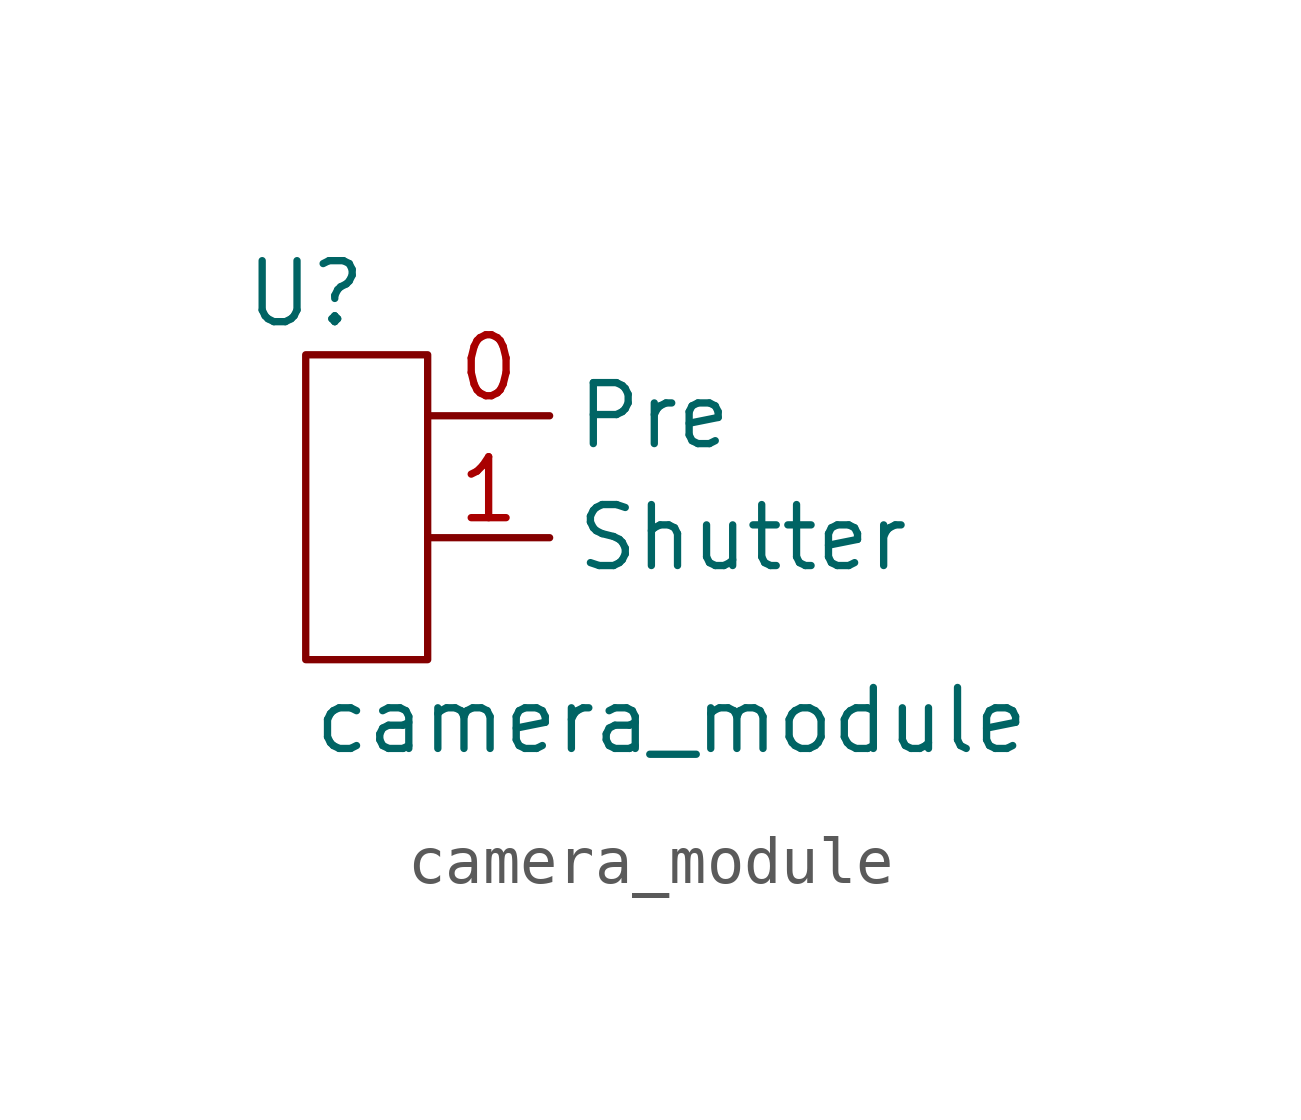
<source format=kicad_sym>
(kicad_symbol_lib
  (version 20211014)
  (generator kicad_symbol_editor)
  (symbol "camera_module"
    (property "Reference" "U"
      (at -1.27 -2.54 0)
      (effects (font (size 1.27 1.27))))
    (property "Value" "camera_module"
      (at 6.35 -11.43 0)
      (effects (font (size 1.27 1.27))))
    (symbol "camera_module_0_1"
      (rectangle (start -1.27 -3.81) (end 1.27 -10.16) (stroke (width 0) (type default) (color 0 0 0 0)) (fill (type none))))
    (symbol "camera_module_1_1"
      (pin input line (at 1.27 -5.08 0) (length 2.54) (name "Pre" (effects (font (size 1.27 1.27)))) (number "0" (effects (font (size 1.27 1.27)))))
      (pin input line (at 1.27 -7.62 0) (length 2.54) (name "Shutter" (effects (font (size 1.27 1.27)))) (number "1" (effects (font (size 1.27 1.27))))))))
</source>
